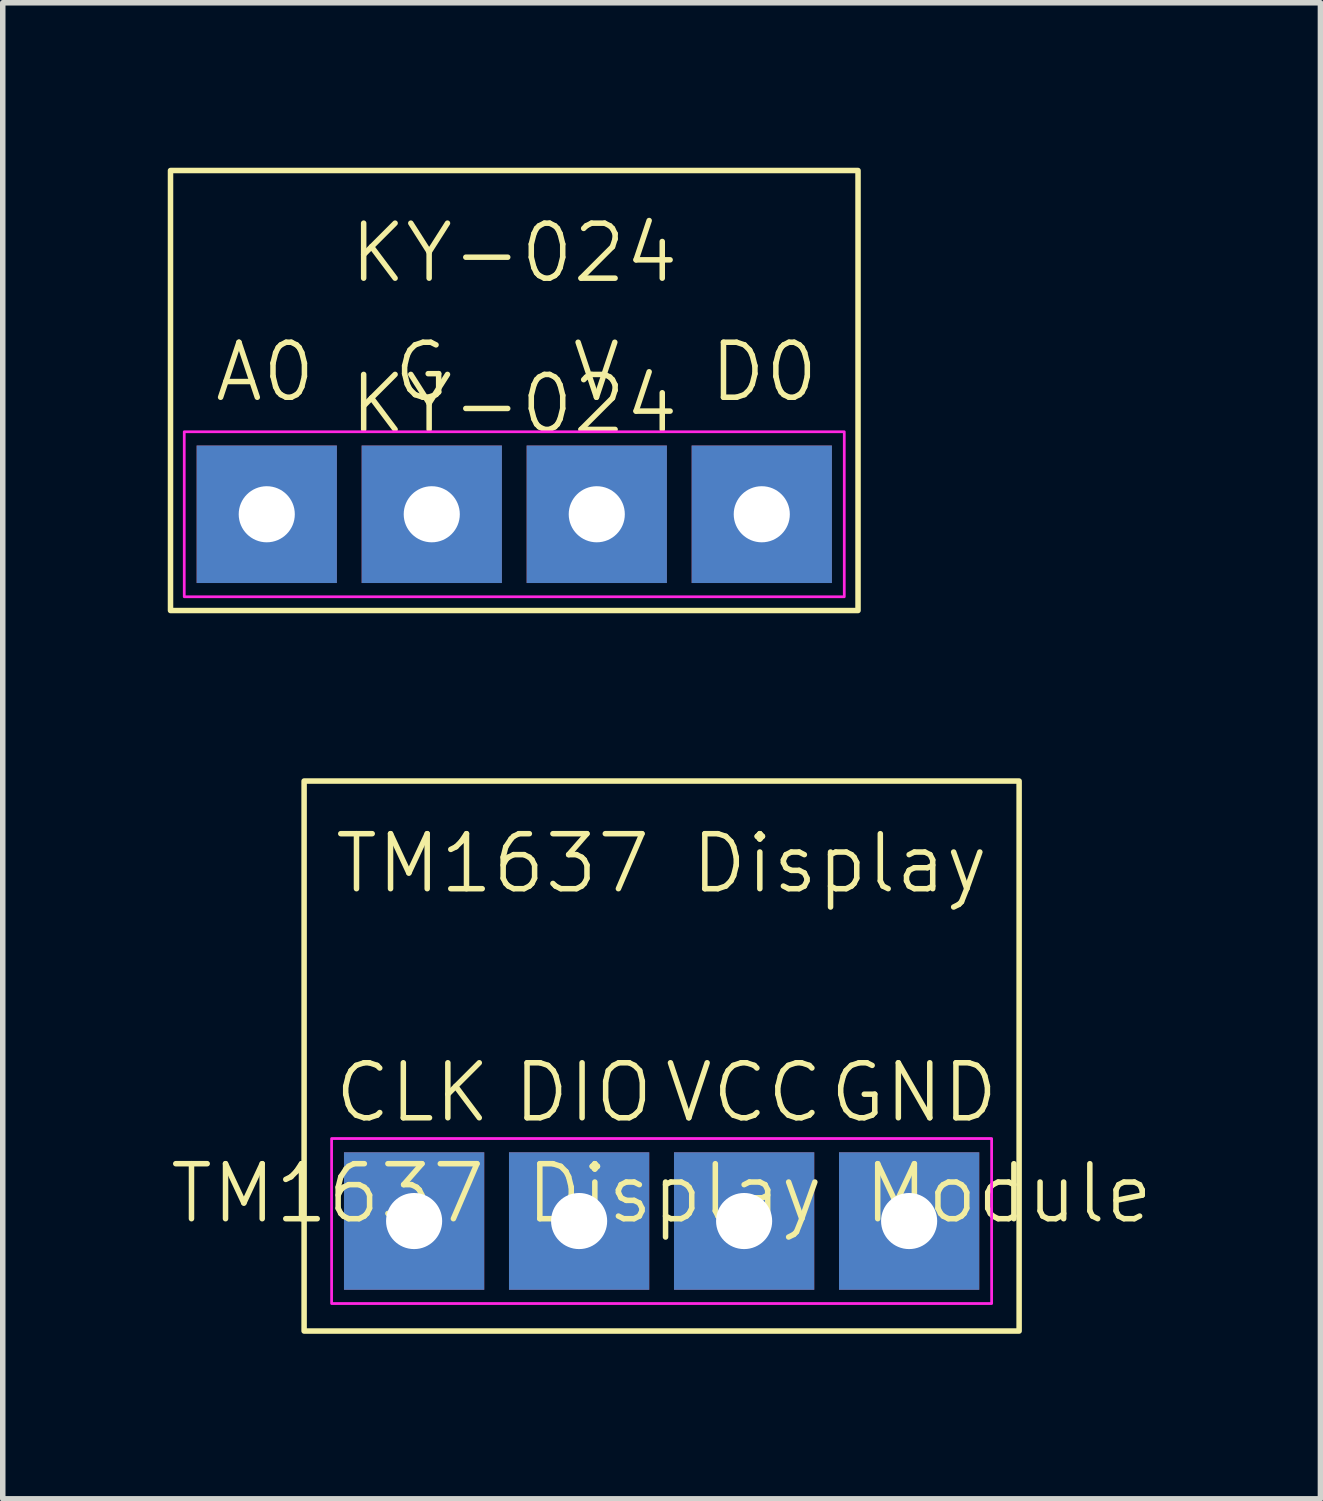
<source format=kicad_pcb>
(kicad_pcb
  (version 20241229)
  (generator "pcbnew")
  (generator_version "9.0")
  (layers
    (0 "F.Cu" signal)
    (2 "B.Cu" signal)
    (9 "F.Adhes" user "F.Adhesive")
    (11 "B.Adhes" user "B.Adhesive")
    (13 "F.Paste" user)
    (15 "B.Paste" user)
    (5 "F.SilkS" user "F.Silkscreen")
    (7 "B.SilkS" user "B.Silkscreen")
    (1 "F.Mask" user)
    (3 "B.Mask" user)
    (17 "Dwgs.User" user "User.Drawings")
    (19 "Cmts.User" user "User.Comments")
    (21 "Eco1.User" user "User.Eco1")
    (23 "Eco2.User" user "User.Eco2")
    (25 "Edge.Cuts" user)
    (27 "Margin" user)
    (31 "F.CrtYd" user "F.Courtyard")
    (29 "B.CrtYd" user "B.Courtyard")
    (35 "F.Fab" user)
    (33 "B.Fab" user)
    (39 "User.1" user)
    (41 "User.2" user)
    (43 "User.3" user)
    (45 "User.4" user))
  (footprint "KY-024"
    (layer "F.Cu")
    (at 6.3 4.8)
    (property "Reference" "KY-024" (at 0 -0.5 0) (unlocked yes) (layer "F.SilkS") (effects (font (size 1 1) (thickness 0.1))))
    (attr smd)
    (fp_rect (start -6.25 -4.75) (end 6.25 3.25) (stroke (width 0.1) (type solid)) (fill no) (layer "F.SilkS"))
    (fp_rect (start -6 0) (end 6 3) (stroke (width 0.05) (type default)) (fill no) (layer "F.CrtYd"))
    (fp_text user "A0" (at -5.5 -0.5 0) (unlocked yes) (layer "F.SilkS") (effects (font (size 1 1) (thickness 0.1)) (justify left bottom)))
    (fp_text user "G" (at -2.25 -0.5 0) (unlocked yes) (layer "F.SilkS") (effects (font (size 1 1) (thickness 0.1)) (justify left bottom)))
    (fp_text user "D0" (at 3.5 -0.5 0) (unlocked yes) (layer "F.SilkS") (effects (font (size 1 1) (thickness 0.1)) (justify left bottom)))
    (fp_text user "V" (at 1 -0.5 0) (unlocked yes) (layer "F.SilkS") (effects (font (size 1 1) (thickness 0.1)) (justify left bottom)))
    (fp_text user "KY-024" (at 0 -3.25 0) (unlocked yes) (layer "F.SilkS") (effects (font (size 1 1) (thickness 0.1))))
    (pad "1" thru_hole rect (at -4.5 1.5) (size 2.55 2.5) (drill 1.02) (layers "*.Cu" "*.Mask"))
    (pad "2" thru_hole rect (at -1.5 1.5) (size 2.55 2.5) (drill 1.02) (layers "*.Cu" "*.Mask"))
    (pad "3" thru_hole rect (at 1.5 1.5) (size 2.55 2.5) (drill 1.02) (layers "*.Cu" "*.Mask"))
    (pad "4" thru_hole rect (at 4.5 1.5) (size 2.55 2.5) (drill 1.02) (layers "*.Cu" "*.Mask")))
  (footprint "TM1637 Display Module"
    (layer "F.Cu")
    (at 8.979 19.15)
    (property "Reference" "TM1637 Display Module" (at 0 -0.5 0) (unlocked yes) (layer "F.SilkS") (effects (font (size 1 1) (thickness 0.1))))
    (attr smd)
    (fp_rect (start -6.5 -8) (end 6.5 2) (stroke (width 0.1) (type solid)) (fill no) (layer "F.SilkS"))
    (fp_rect (start -6 -1.5) (end 6 1.5) (stroke (width 0.05) (type default)) (fill no) (layer "F.CrtYd"))
    (fp_text user "TM1637 Display" (at 0 -6.5 0) (unlocked yes) (layer "F.SilkS") (effects (font (size 1 1) (thickness 0.1))))
    (fp_text user "GND" (at 3 -1.75 0) (unlocked yes) (layer "F.SilkS") (effects (font (size 1 1) (thickness 0.1)) (justify left bottom)))
    (fp_text user "CLK" (at -6 -1.75 0) (unlocked yes) (layer "F.SilkS") (effects (font (size 1 1) (thickness 0.1)) (justify left bottom)))
    (fp_text user "VCC" (at 0 -1.75 0) (unlocked yes) (layer "F.SilkS") (effects (font (size 1 1) (thickness 0.1)) (justify left bottom)))
    (fp_text user "DIO" (at -2.75 -1.75 0) (unlocked yes) (layer "F.SilkS") (effects (font (size 1 1) (thickness 0.1)) (justify left bottom)))
    (pad "1" thru_hole rect (at -4.5 0) (size 2.55 2.5) (drill 1.02) (layers "*.Cu" "*.Mask"))
    (pad "2" thru_hole rect (at -1.5 0) (size 2.55 2.5) (drill 1.02) (layers "*.Cu" "*.Mask"))
    (pad "3" thru_hole rect (at 1.5 0) (size 2.55 2.5) (drill 1.02) (layers "*.Cu" "*.Mask"))
    (pad "4" thru_hole rect (at 4.5 0) (size 2.55 2.5) (drill 1.02) (layers "*.Cu" "*.Mask")))
  (gr_rect
    (start -3 -3)
    (end 20.957 24.2)
    (stroke (width 0.1) (type default))
    (fill no)
    (layer "Edge.Cuts")))
</source>
